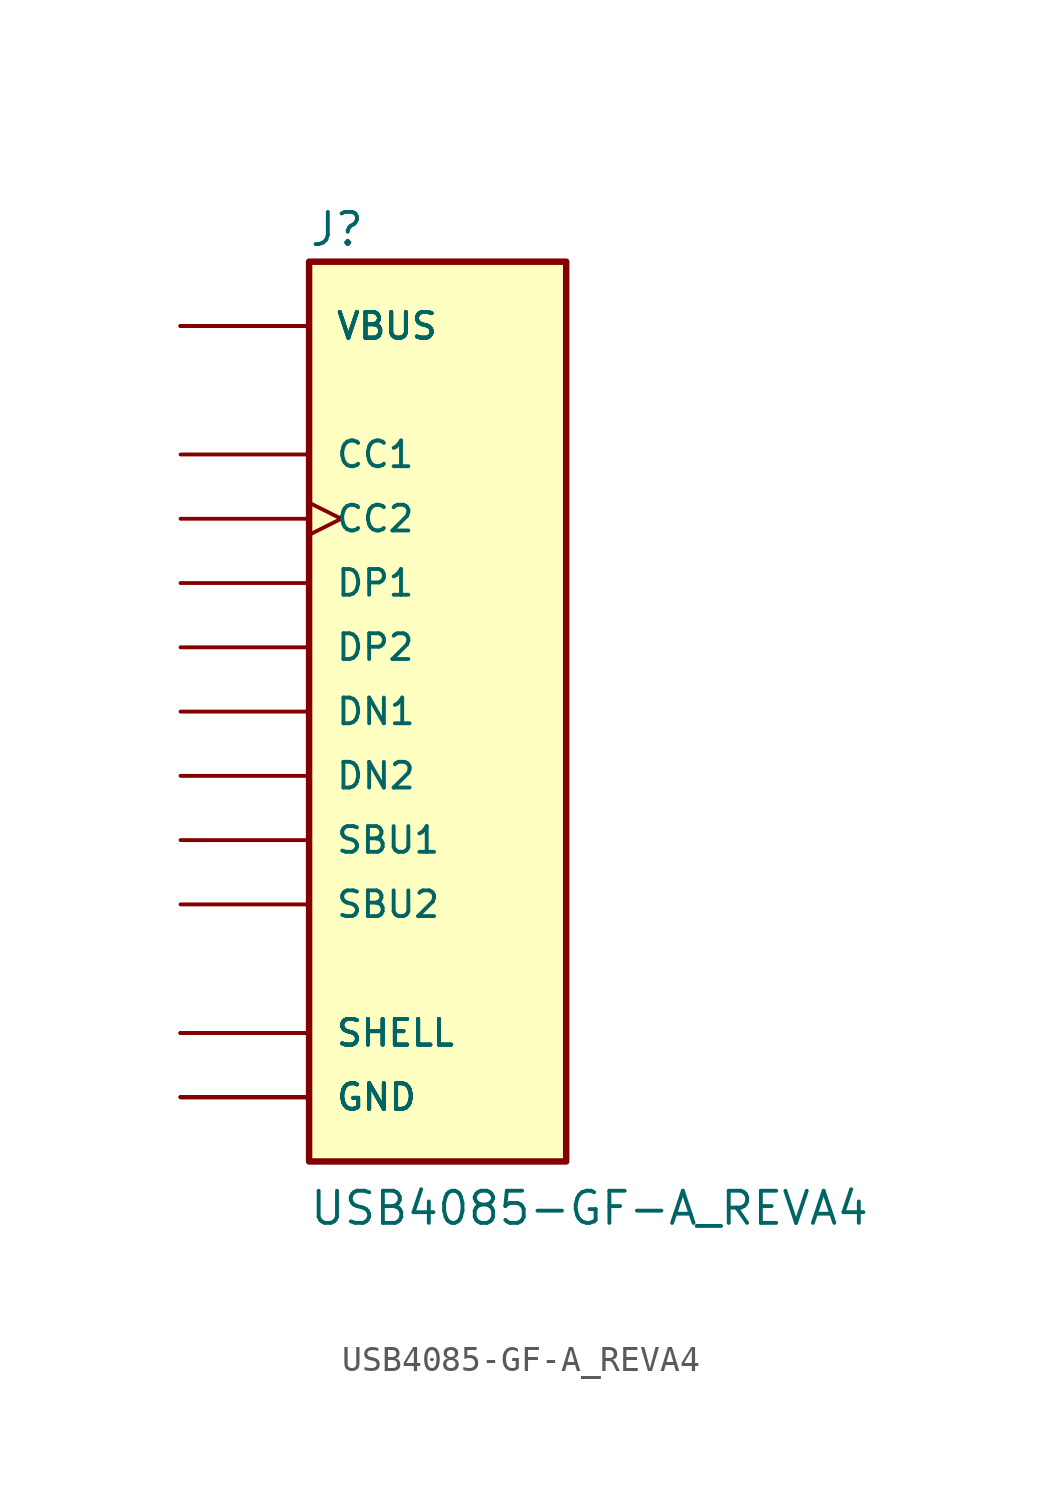
<source format=kicad_sym>
(kicad_symbol_lib
  (version 20211014)
  (generator kicad_symbol_editor)
  (symbol "USB4085-GF-A_REVA4"
    (pin_numbers hide)
    (pin_names
      (offset 1.016))
    (property "Reference" "J"
      (at -5.105 18.313 0)
      (effects (font (size 1.27 1.27)) (justify left bottom)))
    (property "Value" "USB4085-GF-A_REVA4"
      (at -5.105 -20.371 0)
      (effects (font (size 1.27 1.27)) (justify left bottom)))
    (property "ki_locked" ""
      (at 0 0 0)
      (effects (font (size 1.27 1.27))))
    (symbol "USB4085-GF-A_REVA4_0_0"
      (rectangle (start -5.08 -17.78) (end 5.08 17.78) (stroke (width 0.254) (type default) (color 0 0 0 0)) (fill (type background)))
      (pin passive line (at -10.16 -15.24 0) (length 5.08) (name "GND" (effects (font (size 1.016 1.016)))) (number "A1" (effects (font (size 1.016 1.016)))))
      (pin passive line (at -10.16 -15.24 0) (length 5.08) (name "GND" (effects (font (size 1.016 1.016)))) (number "A12" (effects (font (size 1.016 1.016)))))
      (pin power_in line (at -10.16 15.24 0) (length 5.08) (name "VBUS" (effects (font (size 1.016 1.016)))) (number "A4" (effects (font (size 1.016 1.016)))))
      (pin bidirectional line (at -10.16 10.16 0) (length 5.08) (name "CC1" (effects (font (size 1.016 1.016)))) (number "A5" (effects (font (size 1.016 1.016)))))
      (pin bidirectional line (at -10.16 5.08 0) (length 5.08) (name "DP1" (effects (font (size 1.016 1.016)))) (number "A6" (effects (font (size 1.016 1.016)))))
      (pin bidirectional line (at -10.16 0 0) (length 5.08) (name "DN1" (effects (font (size 1.016 1.016)))) (number "A7" (effects (font (size 1.016 1.016)))))
      (pin bidirectional line (at -10.16 -5.08 0) (length 5.08) (name "SBU1" (effects (font (size 1.016 1.016)))) (number "A8" (effects (font (size 1.016 1.016)))))
      (pin power_in line (at -10.16 15.24 0) (length 5.08) (name "VBUS" (effects (font (size 1.016 1.016)))) (number "A9" (effects (font (size 1.016 1.016)))))
      (pin passive line (at -10.16 -15.24 0) (length 5.08) (name "GND" (effects (font (size 1.016 1.016)))) (number "B1" (effects (font (size 1.016 1.016)))))
      (pin passive line (at -10.16 -15.24 0) (length 5.08) (name "GND" (effects (font (size 1.016 1.016)))) (number "B12" (effects (font (size 1.016 1.016)))))
      (pin power_in line (at -10.16 15.24 0) (length 5.08) (name "VBUS" (effects (font (size 1.016 1.016)))) (number "B4" (effects (font (size 1.016 1.016)))))
      (pin bidirectional clock (at -10.16 7.62 0) (length 5.08) (name "CC2" (effects (font (size 1.016 1.016)))) (number "B5" (effects (font (size 1.016 1.016)))))
      (pin bidirectional line (at -10.16 2.54 0) (length 5.08) (name "DP2" (effects (font (size 1.016 1.016)))) (number "B6" (effects (font (size 1.016 1.016)))))
      (pin bidirectional line (at -10.16 -2.54 0) (length 5.08) (name "DN2" (effects (font (size 1.016 1.016)))) (number "B7" (effects (font (size 1.016 1.016)))))
      (pin bidirectional line (at -10.16 -7.62 0) (length 5.08) (name "SBU2" (effects (font (size 1.016 1.016)))) (number "B8" (effects (font (size 1.016 1.016)))))
      (pin power_in line (at -10.16 15.24 0) (length 5.08) (name "VBUS" (effects (font (size 1.016 1.016)))) (number "B9" (effects (font (size 1.016 1.016)))))
      (pin passive line (at -10.16 -12.7 0) (length 5.08) (name "SHELL" (effects (font (size 1.016 1.016)))) (number "P1" (effects (font (size 1.016 1.016)))))
      (pin passive line (at -10.16 -12.7 0) (length 5.08) (name "SHELL" (effects (font (size 1.016 1.016)))) (number "P2" (effects (font (size 1.016 1.016)))))
      (pin passive line (at -10.16 -12.7 0) (length 5.08) (name "SHELL" (effects (font (size 1.016 1.016)))) (number "P3" (effects (font (size 1.016 1.016)))))
      (pin passive line (at -10.16 -12.7 0) (length 5.08) (name "SHELL" (effects (font (size 1.016 1.016)))) (number "P4" (effects (font (size 1.016 1.016))))))))
</source>
